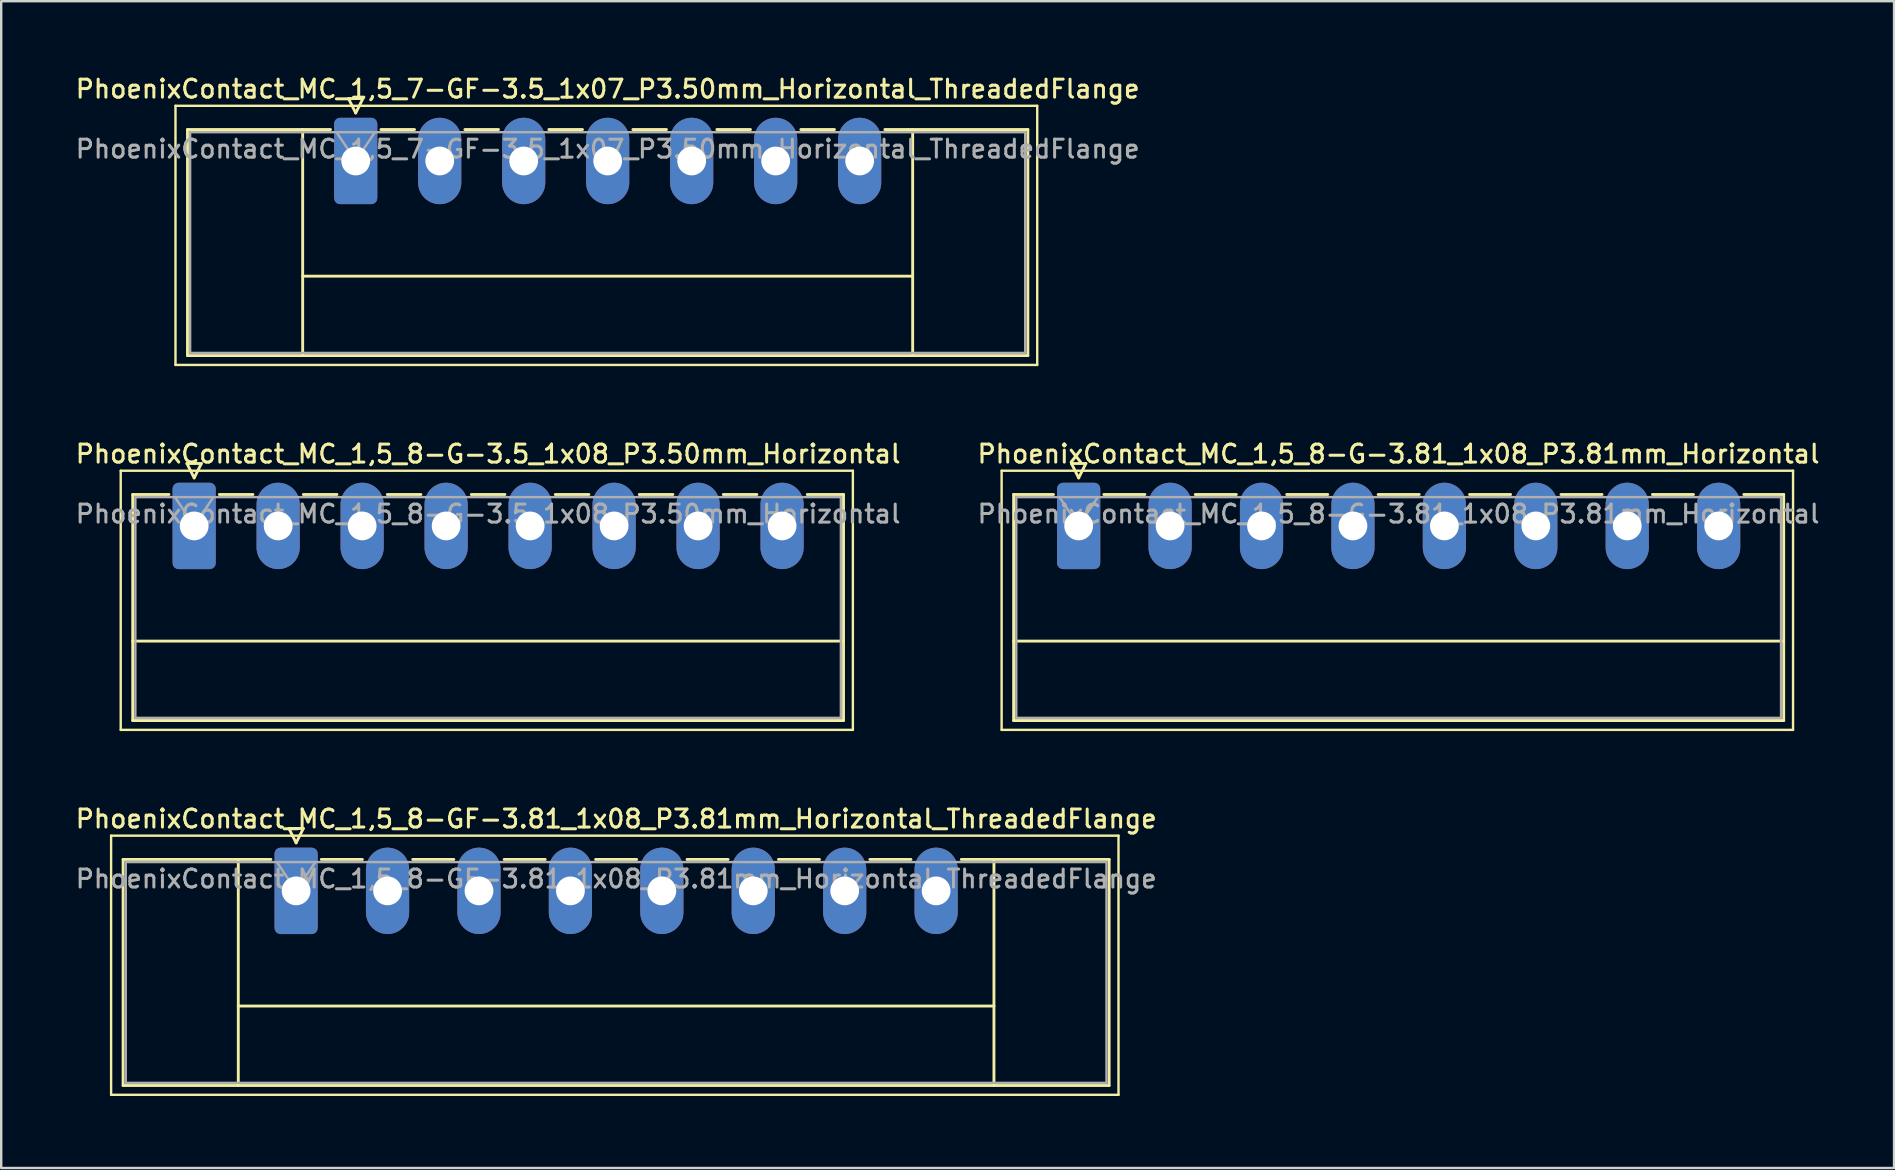
<source format=kicad_pcb>
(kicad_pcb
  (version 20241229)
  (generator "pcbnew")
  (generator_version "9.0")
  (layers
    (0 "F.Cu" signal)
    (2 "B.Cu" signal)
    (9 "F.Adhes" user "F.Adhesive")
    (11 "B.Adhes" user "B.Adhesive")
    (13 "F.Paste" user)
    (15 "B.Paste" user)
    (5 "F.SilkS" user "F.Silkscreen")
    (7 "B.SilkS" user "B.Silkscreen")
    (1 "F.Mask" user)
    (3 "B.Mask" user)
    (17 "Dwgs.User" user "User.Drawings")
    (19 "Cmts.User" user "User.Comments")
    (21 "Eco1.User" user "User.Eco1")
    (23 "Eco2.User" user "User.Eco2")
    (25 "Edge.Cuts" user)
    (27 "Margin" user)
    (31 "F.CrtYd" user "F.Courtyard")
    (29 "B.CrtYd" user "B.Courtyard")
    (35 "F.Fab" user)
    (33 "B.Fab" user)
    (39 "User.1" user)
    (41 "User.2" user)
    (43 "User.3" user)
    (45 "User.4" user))
  (footprint "PhoenixContact_MC_1,5_7-GF-3.5_1x07_P3.50mm_Horizontal_ThreadedFlange"
    (layer "F.Cu")
    (at 11.773 3.658)
    (property "Reference" "PhoenixContact_MC_1,5_7-GF-3.5_1x07_P3.50mm_Horizontal_ThreadedFlange" (at 10.5 -3 0) (layer "F.SilkS") (effects (font (size 0.75 0.75) (thickness 0.125))))
    (attr through_hole)
    (fp_line (start -7.51 -2.3) (end -7.51 8.5) (stroke (width 0.1) (type solid)) (layer "F.SilkS"))
    (fp_line (start -7.51 8.5) (end 28.4 8.5) (stroke (width 0.1) (type solid)) (layer "F.SilkS"))
    (fp_line (start -7.01 -1.31) (end -7.01 8.11) (stroke (width 0.12) (type solid)) (layer "F.SilkS"))
    (fp_line (start -7.01 -1.31) (end -1.05 -1.31) (stroke (width 0.12) (type solid)) (layer "F.SilkS"))
    (fp_line (start -7.01 8.11) (end 28.01 8.11) (stroke (width 0.12) (type solid)) (layer "F.SilkS"))
    (fp_line (start -2.21 -1.31) (end -2.21 8.11) (stroke (width 0.12) (type solid)) (layer "F.SilkS"))
    (fp_line (start -2.21 4.8) (end 23.21 4.8) (stroke (width 0.12) (type solid)) (layer "F.SilkS"))
    (fp_line (start -0.3 -2.6) (end 0.3 -2.6) (stroke (width 0.12) (type solid)) (layer "F.SilkS"))
    (fp_line (start 0 -2) (end -0.3 -2.6) (stroke (width 0.12) (type solid)) (layer "F.SilkS"))
    (fp_line (start 0.3 -2.6) (end 0 -2) (stroke (width 0.12) (type solid)) (layer "F.SilkS"))
    (fp_line (start 1.05 -1.31) (end 2.45 -1.31) (stroke (width 0.12) (type solid)) (layer "F.SilkS"))
    (fp_line (start 4.55 -1.31) (end 5.95 -1.31) (stroke (width 0.12) (type solid)) (layer "F.SilkS"))
    (fp_line (start 8.05 -1.31) (end 9.45 -1.31) (stroke (width 0.12) (type solid)) (layer "F.SilkS"))
    (fp_line (start 11.55 -1.31) (end 12.95 -1.31) (stroke (width 0.12) (type solid)) (layer "F.SilkS"))
    (fp_line (start 15.05 -1.31) (end 16.45 -1.31) (stroke (width 0.12) (type solid)) (layer "F.SilkS"))
    (fp_line (start 18.55 -1.31) (end 19.95 -1.31) (stroke (width 0.12) (type solid)) (layer "F.SilkS"))
    (fp_line (start 23.21 -1.31) (end 23.21 8.11) (stroke (width 0.12) (type solid)) (layer "F.SilkS"))
    (fp_line (start 28.01 -1.31) (end 22.05 -1.31) (stroke (width 0.12) (type solid)) (layer "F.SilkS"))
    (fp_line (start 28.01 8.11) (end 28.01 -1.31) (stroke (width 0.12) (type solid)) (layer "F.SilkS"))
    (fp_line (start 28.4 -2.3) (end -7.51 -2.3) (stroke (width 0.1) (type solid)) (layer "F.SilkS"))
    (fp_line (start 28.4 8.5) (end 28.4 -2.3) (stroke (width 0.1) (type solid)) (layer "F.SilkS"))
    (fp_line (start -6.9 -1.2) (end -6.9 8) (stroke (width 0.1) (type solid)) (layer "F.Fab"))
    (fp_line (start -6.9 8) (end 27.9 8) (stroke (width 0.1) (type solid)) (layer "F.Fab"))
    (fp_line (start 0 0) (end -0.8 -1.2) (stroke (width 0.1) (type solid)) (layer "F.Fab"))
    (fp_line (start 0.8 -1.2) (end 0 0) (stroke (width 0.1) (type solid)) (layer "F.Fab"))
    (fp_line (start 27.9 -1.2) (end -6.9 -1.2) (stroke (width 0.1) (type solid)) (layer "F.Fab"))
    (fp_line (start 27.9 8) (end 27.9 -1.2) (stroke (width 0.1) (type solid)) (layer "F.Fab"))
    (fp_text user "${REFERENCE}" (at 10.5 -0.5 0) (layer "F.Fab") (effects (font (size 0.75 0.75) (thickness 0.125))))
    (pad "1" thru_hole roundrect (at 0 0) (size 1.8 3.6) (drill 1.2) (layers "*.Cu" "*.Mask") (roundrect_rratio 0.139))
    (pad "2" thru_hole oval (at 3.5 0) (size 1.8 3.6) (drill 1.2) (layers "*.Cu" "*.Mask"))
    (pad "3" thru_hole oval (at 7 0) (size 1.8 3.6) (drill 1.2) (layers "*.Cu" "*.Mask"))
    (pad "4" thru_hole oval (at 10.5 0) (size 1.8 3.6) (drill 1.2) (layers "*.Cu" "*.Mask"))
    (pad "5" thru_hole oval (at 14 0) (size 1.8 3.6) (drill 1.2) (layers "*.Cu" "*.Mask"))
    (pad "6" thru_hole oval (at 17.5 0) (size 1.8 3.6) (drill 1.2) (layers "*.Cu" "*.Mask"))
    (pad "7" thru_hole oval (at 21 0) (size 1.8 3.6) (drill 1.2) (layers "*.Cu" "*.Mask")))
  (footprint "PhoenixContact_MC_1,5_8-GF-3.81_1x08_P3.81mm_Horizontal_ThreadedFlange"
    (layer "F.Cu")
    (at 9.29 34.074)
    (property "Reference" "PhoenixContact_MC_1,5_8-GF-3.81_1x08_P3.81mm_Horizontal_ThreadedFlange" (at 13.34 -3 0) (layer "F.SilkS") (effects (font (size 0.75 0.75) (thickness 0.125))))
    (attr through_hole)
    (fp_line (start -7.71 -2.3) (end -7.71 8.5) (stroke (width 0.1) (type solid)) (layer "F.SilkS"))
    (fp_line (start -7.71 8.5) (end 34.27 8.5) (stroke (width 0.1) (type solid)) (layer "F.SilkS"))
    (fp_line (start -7.21 -1.31) (end -7.21 8.11) (stroke (width 0.12) (type solid)) (layer "F.SilkS"))
    (fp_line (start -7.21 -1.31) (end -1.05 -1.31) (stroke (width 0.12) (type solid)) (layer "F.SilkS"))
    (fp_line (start -7.21 8.11) (end 33.88 8.11) (stroke (width 0.12) (type solid)) (layer "F.SilkS"))
    (fp_line (start -2.41 -1.31) (end -2.41 8.11) (stroke (width 0.12) (type solid)) (layer "F.SilkS"))
    (fp_line (start -2.41 4.8) (end 29.08 4.8) (stroke (width 0.12) (type solid)) (layer "F.SilkS"))
    (fp_line (start -0.3 -2.6) (end 0.3 -2.6) (stroke (width 0.12) (type solid)) (layer "F.SilkS"))
    (fp_line (start 0 -2) (end -0.3 -2.6) (stroke (width 0.12) (type solid)) (layer "F.SilkS"))
    (fp_line (start 0.3 -2.6) (end 0 -2) (stroke (width 0.12) (type solid)) (layer "F.SilkS"))
    (fp_line (start 1.05 -1.31) (end 2.76 -1.31) (stroke (width 0.12) (type solid)) (layer "F.SilkS"))
    (fp_line (start 4.86 -1.31) (end 6.57 -1.31) (stroke (width 0.12) (type solid)) (layer "F.SilkS"))
    (fp_line (start 8.67 -1.31) (end 10.38 -1.31) (stroke (width 0.12) (type solid)) (layer "F.SilkS"))
    (fp_line (start 12.48 -1.31) (end 14.19 -1.31) (stroke (width 0.12) (type solid)) (layer "F.SilkS"))
    (fp_line (start 16.29 -1.31) (end 18 -1.31) (stroke (width 0.12) (type solid)) (layer "F.SilkS"))
    (fp_line (start 20.1 -1.31) (end 21.81 -1.31) (stroke (width 0.12) (type solid)) (layer "F.SilkS"))
    (fp_line (start 23.91 -1.31) (end 25.62 -1.31) (stroke (width 0.12) (type solid)) (layer "F.SilkS"))
    (fp_line (start 29.08 -1.31) (end 29.08 8.11) (stroke (width 0.12) (type solid)) (layer "F.SilkS"))
    (fp_line (start 33.88 -1.31) (end 27.72 -1.31) (stroke (width 0.12) (type solid)) (layer "F.SilkS"))
    (fp_line (start 33.88 8.11) (end 33.88 -1.31) (stroke (width 0.12) (type solid)) (layer "F.SilkS"))
    (fp_line (start 34.27 -2.3) (end -7.71 -2.3) (stroke (width 0.1) (type solid)) (layer "F.SilkS"))
    (fp_line (start 34.27 8.5) (end 34.27 -2.3) (stroke (width 0.1) (type solid)) (layer "F.SilkS"))
    (fp_line (start -7.1 -1.2) (end -7.1 8) (stroke (width 0.1) (type solid)) (layer "F.Fab"))
    (fp_line (start -7.1 8) (end 33.77 8) (stroke (width 0.1) (type solid)) (layer "F.Fab"))
    (fp_line (start 0 0) (end -0.8 -1.2) (stroke (width 0.1) (type solid)) (layer "F.Fab"))
    (fp_line (start 0.8 -1.2) (end 0 0) (stroke (width 0.1) (type solid)) (layer "F.Fab"))
    (fp_line (start 33.77 -1.2) (end -7.1 -1.2) (stroke (width 0.1) (type solid)) (layer "F.Fab"))
    (fp_line (start 33.77 8) (end 33.77 -1.2) (stroke (width 0.1) (type solid)) (layer "F.Fab"))
    (fp_text user "${REFERENCE}" (at 13.34 -0.5 0) (layer "F.Fab") (effects (font (size 0.75 0.75) (thickness 0.125))))
    (pad "1" thru_hole roundrect (at 0 0) (size 1.8 3.6) (drill 1.2) (layers "*.Cu" "*.Mask") (roundrect_rratio 0.139))
    (pad "2" thru_hole oval (at 3.81 0) (size 1.8 3.6) (drill 1.2) (layers "*.Cu" "*.Mask"))
    (pad "3" thru_hole oval (at 7.62 0) (size 1.8 3.6) (drill 1.2) (layers "*.Cu" "*.Mask"))
    (pad "4" thru_hole oval (at 11.43 0) (size 1.8 3.6) (drill 1.2) (layers "*.Cu" "*.Mask"))
    (pad "5" thru_hole oval (at 15.24 0) (size 1.8 3.6) (drill 1.2) (layers "*.Cu" "*.Mask"))
    (pad "6" thru_hole oval (at 19.05 0) (size 1.8 3.6) (drill 1.2) (layers "*.Cu" "*.Mask"))
    (pad "7" thru_hole oval (at 22.86 0) (size 1.8 3.6) (drill 1.2) (layers "*.Cu" "*.Mask"))
    (pad "8" thru_hole oval (at 26.67 0) (size 1.8 3.6) (drill 1.2) (layers "*.Cu" "*.Mask")))
  (footprint "PhoenixContact_MC_1,5_8-G-3.81_1x08_P3.81mm_Horizontal"
    (layer "F.Cu")
    (at 41.9 18.866)
    (property "Reference" "PhoenixContact_MC_1,5_8-G-3.81_1x08_P3.81mm_Horizontal" (at 13.33 -3 0) (layer "F.SilkS") (effects (font (size 0.75 0.75) (thickness 0.125))))
    (attr through_hole)
    (fp_line (start -3.21 -2.3) (end -3.21 8.5) (stroke (width 0.1) (type solid)) (layer "F.SilkS"))
    (fp_line (start -3.21 8.5) (end 29.77 8.5) (stroke (width 0.1) (type solid)) (layer "F.SilkS"))
    (fp_line (start -2.71 -1.31) (end -2.71 8.11) (stroke (width 0.12) (type solid)) (layer "F.SilkS"))
    (fp_line (start -2.71 -1.31) (end -1.05 -1.31) (stroke (width 0.12) (type solid)) (layer "F.SilkS"))
    (fp_line (start -2.71 4.8) (end 29.38 4.8) (stroke (width 0.12) (type solid)) (layer "F.SilkS"))
    (fp_line (start -2.71 8.11) (end 29.38 8.11) (stroke (width 0.12) (type solid)) (layer "F.SilkS"))
    (fp_line (start -0.3 -2.6) (end 0.3 -2.6) (stroke (width 0.12) (type solid)) (layer "F.SilkS"))
    (fp_line (start 0 -2) (end -0.3 -2.6) (stroke (width 0.12) (type solid)) (layer "F.SilkS"))
    (fp_line (start 0.3 -2.6) (end 0 -2) (stroke (width 0.12) (type solid)) (layer "F.SilkS"))
    (fp_line (start 1.05 -1.31) (end 2.76 -1.31) (stroke (width 0.12) (type solid)) (layer "F.SilkS"))
    (fp_line (start 4.86 -1.31) (end 6.57 -1.31) (stroke (width 0.12) (type solid)) (layer "F.SilkS"))
    (fp_line (start 8.67 -1.31) (end 10.38 -1.31) (stroke (width 0.12) (type solid)) (layer "F.SilkS"))
    (fp_line (start 12.48 -1.31) (end 14.19 -1.31) (stroke (width 0.12) (type solid)) (layer "F.SilkS"))
    (fp_line (start 16.29 -1.31) (end 18 -1.31) (stroke (width 0.12) (type solid)) (layer "F.SilkS"))
    (fp_line (start 20.1 -1.31) (end 21.81 -1.31) (stroke (width 0.12) (type solid)) (layer "F.SilkS"))
    (fp_line (start 23.91 -1.31) (end 25.62 -1.31) (stroke (width 0.12) (type solid)) (layer "F.SilkS"))
    (fp_line (start 29.38 -1.31) (end 27.72 -1.31) (stroke (width 0.12) (type solid)) (layer "F.SilkS"))
    (fp_line (start 29.38 8.11) (end 29.38 -1.31) (stroke (width 0.12) (type solid)) (layer "F.SilkS"))
    (fp_line (start 29.77 -2.3) (end -3.21 -2.3) (stroke (width 0.1) (type solid)) (layer "F.SilkS"))
    (fp_line (start 29.77 8.5) (end 29.77 -2.3) (stroke (width 0.1) (type solid)) (layer "F.SilkS"))
    (fp_line (start -2.6 -1.2) (end -2.6 8) (stroke (width 0.1) (type solid)) (layer "F.Fab"))
    (fp_line (start -2.6 8) (end 29.27 8) (stroke (width 0.1) (type solid)) (layer "F.Fab"))
    (fp_line (start 0 0) (end -0.8 -1.2) (stroke (width 0.1) (type solid)) (layer "F.Fab"))
    (fp_line (start 0.8 -1.2) (end 0 0) (stroke (width 0.1) (type solid)) (layer "F.Fab"))
    (fp_line (start 29.27 -1.2) (end -2.6 -1.2) (stroke (width 0.1) (type solid)) (layer "F.Fab"))
    (fp_line (start 29.27 8) (end 29.27 -1.2) (stroke (width 0.1) (type solid)) (layer "F.Fab"))
    (fp_text user "${REFERENCE}" (at 13.33 -0.5 0) (layer "F.Fab") (effects (font (size 0.75 0.75) (thickness 0.125))))
    (pad "1" thru_hole roundrect (at 0 0) (size 1.8 3.6) (drill 1.2) (layers "*.Cu" "*.Mask") (roundrect_rratio 0.139))
    (pad "2" thru_hole oval (at 3.81 0) (size 1.8 3.6) (drill 1.2) (layers "*.Cu" "*.Mask"))
    (pad "3" thru_hole oval (at 7.62 0) (size 1.8 3.6) (drill 1.2) (layers "*.Cu" "*.Mask"))
    (pad "4" thru_hole oval (at 11.43 0) (size 1.8 3.6) (drill 1.2) (layers "*.Cu" "*.Mask"))
    (pad "5" thru_hole oval (at 15.24 0) (size 1.8 3.6) (drill 1.2) (layers "*.Cu" "*.Mask"))
    (pad "6" thru_hole oval (at 19.05 0) (size 1.8 3.6) (drill 1.2) (layers "*.Cu" "*.Mask"))
    (pad "7" thru_hole oval (at 22.86 0) (size 1.8 3.6) (drill 1.2) (layers "*.Cu" "*.Mask"))
    (pad "8" thru_hole oval (at 26.67 0) (size 1.8 3.6) (drill 1.2) (layers "*.Cu" "*.Mask")))
  (footprint "PhoenixContact_MC_1,5_8-G-3.5_1x08_P3.50mm_Horizontal"
    (layer "F.Cu")
    (at 5.041 18.866)
    (property "Reference" "PhoenixContact_MC_1,5_8-G-3.5_1x08_P3.50mm_Horizontal" (at 12.25 -3 0) (layer "F.SilkS") (effects (font (size 0.75 0.75) (thickness 0.125))))
    (attr through_hole)
    (fp_line (start -3.06 -2.3) (end -3.06 8.5) (stroke (width 0.1) (type solid)) (layer "F.SilkS"))
    (fp_line (start -3.06 8.5) (end 27.45 8.5) (stroke (width 0.1) (type solid)) (layer "F.SilkS"))
    (fp_line (start -2.56 -1.31) (end -2.56 8.11) (stroke (width 0.12) (type solid)) (layer "F.SilkS"))
    (fp_line (start -2.56 -1.31) (end -1.05 -1.31) (stroke (width 0.12) (type solid)) (layer "F.SilkS"))
    (fp_line (start -2.56 4.8) (end 27.06 4.8) (stroke (width 0.12) (type solid)) (layer "F.SilkS"))
    (fp_line (start -2.56 8.11) (end 27.06 8.11) (stroke (width 0.12) (type solid)) (layer "F.SilkS"))
    (fp_line (start -0.3 -2.6) (end 0.3 -2.6) (stroke (width 0.12) (type solid)) (layer "F.SilkS"))
    (fp_line (start 0 -2) (end -0.3 -2.6) (stroke (width 0.12) (type solid)) (layer "F.SilkS"))
    (fp_line (start 0.3 -2.6) (end 0 -2) (stroke (width 0.12) (type solid)) (layer "F.SilkS"))
    (fp_line (start 1.05 -1.31) (end 2.45 -1.31) (stroke (width 0.12) (type solid)) (layer "F.SilkS"))
    (fp_line (start 4.55 -1.31) (end 5.95 -1.31) (stroke (width 0.12) (type solid)) (layer "F.SilkS"))
    (fp_line (start 8.05 -1.31) (end 9.45 -1.31) (stroke (width 0.12) (type solid)) (layer "F.SilkS"))
    (fp_line (start 11.55 -1.31) (end 12.95 -1.31) (stroke (width 0.12) (type solid)) (layer "F.SilkS"))
    (fp_line (start 15.05 -1.31) (end 16.45 -1.31) (stroke (width 0.12) (type solid)) (layer "F.SilkS"))
    (fp_line (start 18.55 -1.31) (end 19.95 -1.31) (stroke (width 0.12) (type solid)) (layer "F.SilkS"))
    (fp_line (start 22.05 -1.31) (end 23.45 -1.31) (stroke (width 0.12) (type solid)) (layer "F.SilkS"))
    (fp_line (start 27.06 -1.31) (end 25.55 -1.31) (stroke (width 0.12) (type solid)) (layer "F.SilkS"))
    (fp_line (start 27.06 8.11) (end 27.06 -1.31) (stroke (width 0.12) (type solid)) (layer "F.SilkS"))
    (fp_line (start 27.45 -2.3) (end -3.06 -2.3) (stroke (width 0.1) (type solid)) (layer "F.SilkS"))
    (fp_line (start 27.45 8.5) (end 27.45 -2.3) (stroke (width 0.1) (type solid)) (layer "F.SilkS"))
    (fp_line (start -2.45 -1.2) (end -2.45 8) (stroke (width 0.1) (type solid)) (layer "F.Fab"))
    (fp_line (start -2.45 8) (end 26.95 8) (stroke (width 0.1) (type solid)) (layer "F.Fab"))
    (fp_line (start 0 0) (end -0.8 -1.2) (stroke (width 0.1) (type solid)) (layer "F.Fab"))
    (fp_line (start 0.8 -1.2) (end 0 0) (stroke (width 0.1) (type solid)) (layer "F.Fab"))
    (fp_line (start 26.95 -1.2) (end -2.45 -1.2) (stroke (width 0.1) (type solid)) (layer "F.Fab"))
    (fp_line (start 26.95 8) (end 26.95 -1.2) (stroke (width 0.1) (type solid)) (layer "F.Fab"))
    (fp_text user "${REFERENCE}" (at 12.25 -0.5 0) (layer "F.Fab") (effects (font (size 0.75 0.75) (thickness 0.125))))
    (pad "1" thru_hole roundrect (at 0 0) (size 1.8 3.6) (drill 1.2) (layers "*.Cu" "*.Mask") (roundrect_rratio 0.139))
    (pad "2" thru_hole oval (at 3.5 0) (size 1.8 3.6) (drill 1.2) (layers "*.Cu" "*.Mask"))
    (pad "3" thru_hole oval (at 7 0) (size 1.8 3.6) (drill 1.2) (layers "*.Cu" "*.Mask"))
    (pad "4" thru_hole oval (at 10.5 0) (size 1.8 3.6) (drill 1.2) (layers "*.Cu" "*.Mask"))
    (pad "5" thru_hole oval (at 14 0) (size 1.8 3.6) (drill 1.2) (layers "*.Cu" "*.Mask"))
    (pad "6" thru_hole oval (at 17.5 0) (size 1.8 3.6) (drill 1.2) (layers "*.Cu" "*.Mask"))
    (pad "7" thru_hole oval (at 21 0) (size 1.8 3.6) (drill 1.2) (layers "*.Cu" "*.Mask"))
    (pad "8" thru_hole oval (at 24.5 0) (size 1.8 3.6) (drill 1.2) (layers "*.Cu" "*.Mask")))
  (gr_rect
    (start -3 -3)
    (end 75.879 45.624)
    (stroke (width 0.1) (type default))
    (fill no)
    (layer "Edge.Cuts")))
</source>
